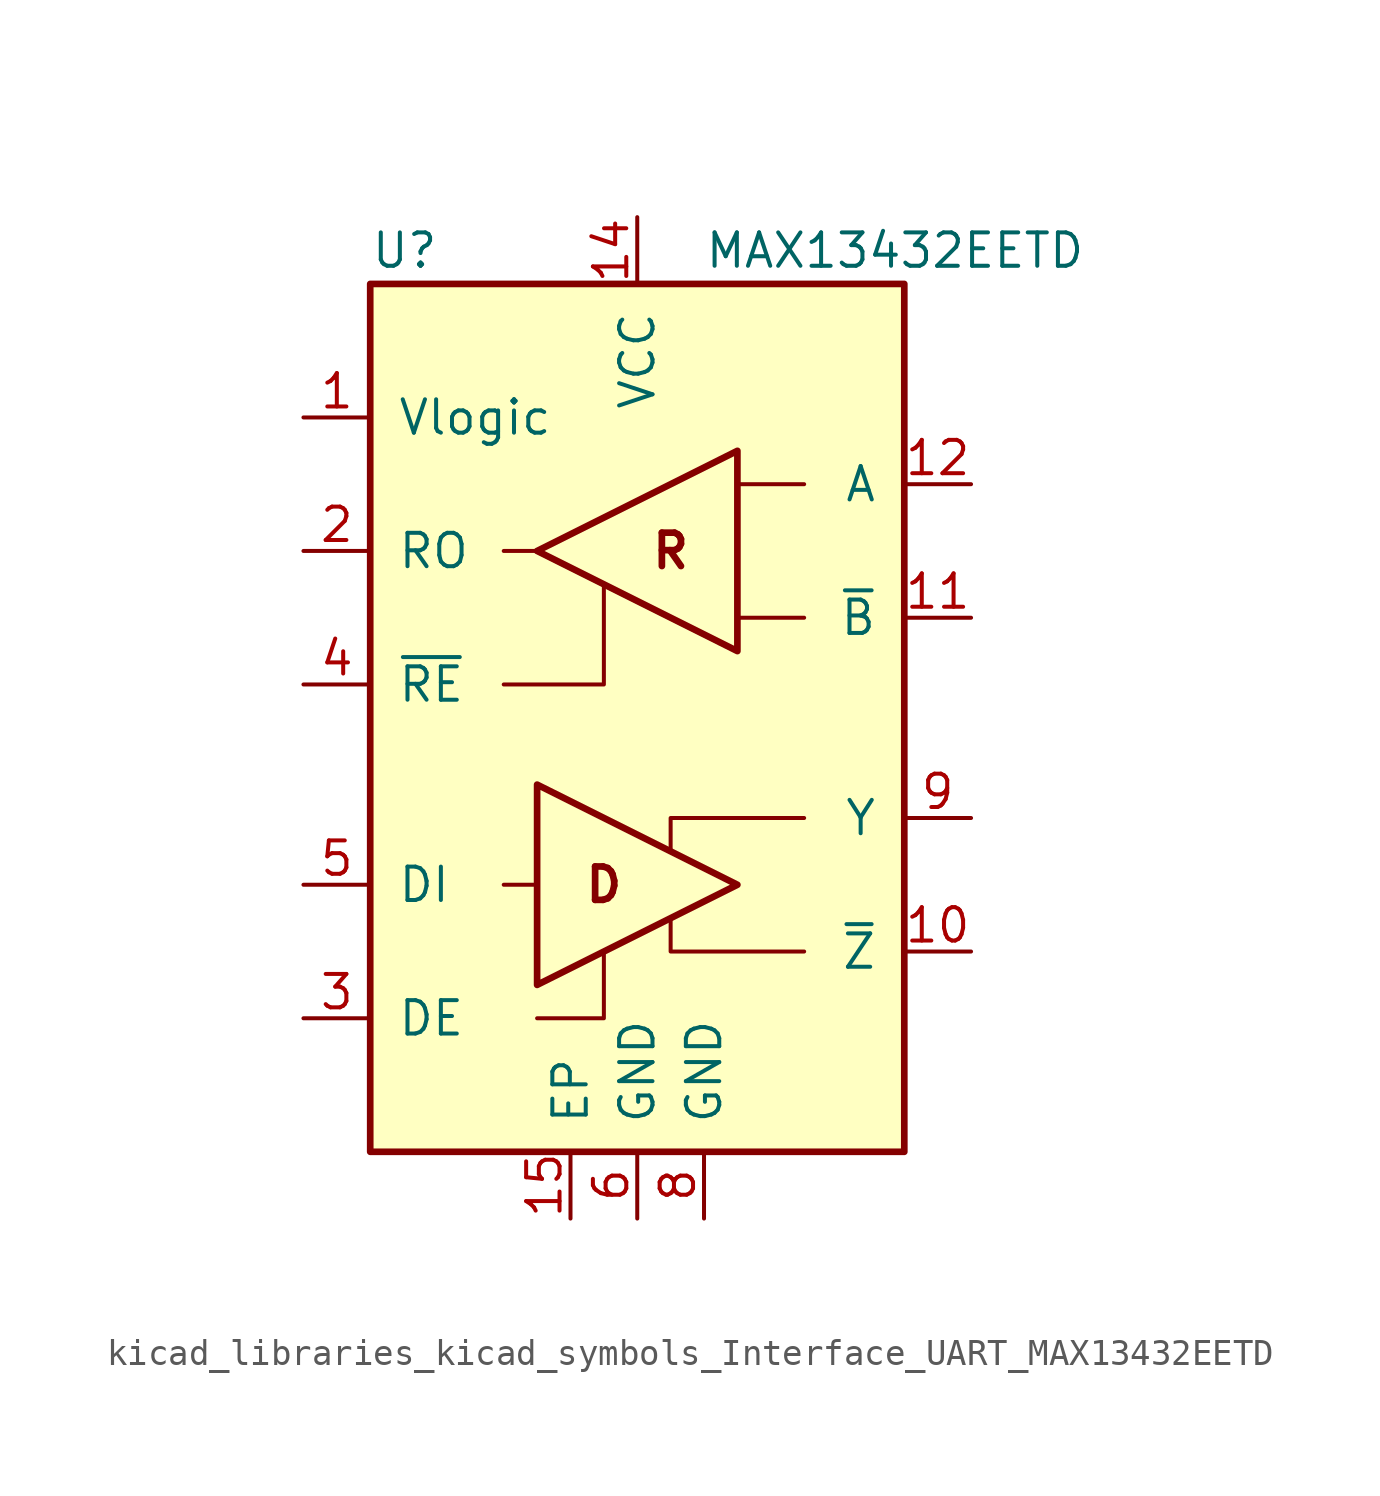
<source format=kicad_sym>
(kicad_symbol_lib
  (version 20220914)
  (generator kicad_symbol_editor)
  (symbol "kicad_libraries_kicad_symbols_Interface_UART_MAX13432EETD"
    (pin_names
      (offset 1.016))
    (property "Reference" "U"
      (at -10.16 19.05 0)
      (effects (font (size 1.27 1.27)) (justify left)))
    (property "Value" "MAX13432EETD"
      (at 2.54 19.05 0)
      (effects (font (size 1.27 1.27)) (justify left)))
    (symbol "kicad_libraries_kicad_symbols_Interface_UART_MAX13432EETD_0_0"
      (text "D" (at -1.27 -5.08 0) (effects (font (size 1.27 1.27) bold)))
      (text "R" (at 1.27 7.62 0) (effects (font (size 1.27 1.27) bold))))
    (symbol "kicad_libraries_kicad_symbols_Interface_UART_MAX13432EETD_0_1"
      (rectangle (start -10.16 -15.24) (end 10.16 17.78) (stroke (width 0.254) (type default)) (fill (type background)))
      (polyline (pts (xy -5.08 -5.08) (xy -3.81 -5.08)) (stroke (width 0) (type default)) (fill (type none)))
      (polyline (pts (xy -3.81 7.62) (xy -5.08 7.62)) (stroke (width 0) (type default)) (fill (type none)))
      (polyline (pts (xy 6.35 5.08) (xy 3.81 5.08) (xy 3.81 5.08)) (stroke (width 0) (type default)) (fill (type none)))
      (polyline (pts (xy 6.35 10.16) (xy 3.81 10.16) (xy 3.81 10.16)) (stroke (width 0) (type default)) (fill (type none)))
      (polyline (pts (xy -3.81 -10.16) (xy -1.27 -10.16) (xy -1.27 -7.62) (xy -1.27 -7.62)) (stroke (width 0) (type default)) (fill (type none)))
      (polyline (pts (xy -1.27 6.35) (xy -1.27 2.54) (xy -2.54 2.54) (xy -5.08 2.54)) (stroke (width 0) (type default)) (fill (type none)))
      (polyline (pts (xy 6.35 -7.62) (xy 1.27 -7.62) (xy 1.27 -6.35) (xy 1.27 -6.35)) (stroke (width 0) (type default)) (fill (type none)))
      (polyline (pts (xy 6.35 -2.54) (xy 1.27 -2.54) (xy 1.27 -3.81) (xy 1.27 -3.81)) (stroke (width 0) (type default)) (fill (type none)))
      (polyline (pts (xy -3.81 -1.27) (xy -3.81 -8.89) (xy 3.81 -5.08) (xy -3.81 -1.27) (xy -3.81 -1.27)) (stroke (width 0.254) (type default)) (fill (type none)))
      (polyline (pts (xy 3.81 11.43) (xy 3.81 3.81) (xy -3.81 7.62) (xy 3.81 11.43) (xy 3.81 11.43)) (stroke (width 0.254) (type default)) (fill (type none))))
    (symbol "kicad_libraries_kicad_symbols_Interface_UART_MAX13432EETD_1_1"
      (pin power_in line (at -12.7 12.7 0) (length 2.54) (name "Vlogic" (effects (font (size 1.27 1.27)))) (number "1" (effects (font (size 1.27 1.27)))))
      (pin output line (at 12.7 -7.62 180) (length 2.54) (name "~{Z}" (effects (font (size 1.27 1.27)))) (number "10" (effects (font (size 1.27 1.27)))))
      (pin input line (at 12.7 5.08 180) (length 2.54) (name "~{B}" (effects (font (size 1.27 1.27)))) (number "11" (effects (font (size 1.27 1.27)))))
      (pin input line (at 12.7 10.16 180) (length 2.54) (name "A" (effects (font (size 1.27 1.27)))) (number "12" (effects (font (size 1.27 1.27)))))
      (pin no_connect line (at 10.16 0 180) (length 2.54) hide (name "NC" (effects (font (size 1.27 1.27)))) (number "13" (effects (font (size 1.27 1.27)))))
      (pin power_in line (at 0 20.32 270) (length 2.54) (name "VCC" (effects (font (size 1.27 1.27)))) (number "14" (effects (font (size 1.27 1.27)))))
      (pin power_in line (at -2.54 -17.78 90) (length 2.54) (name "EP" (effects (font (size 1.27 1.27)))) (number "15" (effects (font (size 1.27 1.27)))))
      (pin output line (at -12.7 7.62 0) (length 2.54) (name "RO" (effects (font (size 1.27 1.27)))) (number "2" (effects (font (size 1.27 1.27)))))
      (pin input line (at -12.7 -10.16 0) (length 2.54) (name "DE" (effects (font (size 1.27 1.27)))) (number "3" (effects (font (size 1.27 1.27)))))
      (pin input line (at -12.7 2.54 0) (length 2.54) (name "~{RE}" (effects (font (size 1.27 1.27)))) (number "4" (effects (font (size 1.27 1.27)))))
      (pin input line (at -12.7 -5.08 0) (length 2.54) (name "DI" (effects (font (size 1.27 1.27)))) (number "5" (effects (font (size 1.27 1.27)))))
      (pin power_in line (at 0 -17.78 90) (length 2.54) (name "GND" (effects (font (size 1.27 1.27)))) (number "6" (effects (font (size 1.27 1.27)))))
      (pin no_connect line (at 10.16 2.54 180) (length 2.54) hide (name "NC" (effects (font (size 1.27 1.27)))) (number "7" (effects (font (size 1.27 1.27)))))
      (pin power_in line (at 2.54 -17.78 90) (length 2.54) (name "GND" (effects (font (size 1.27 1.27)))) (number "8" (effects (font (size 1.27 1.27)))))
      (pin output line (at 12.7 -2.54 180) (length 2.54) (name "Y" (effects (font (size 1.27 1.27)))) (number "9" (effects (font (size 1.27 1.27))))))))
</source>
